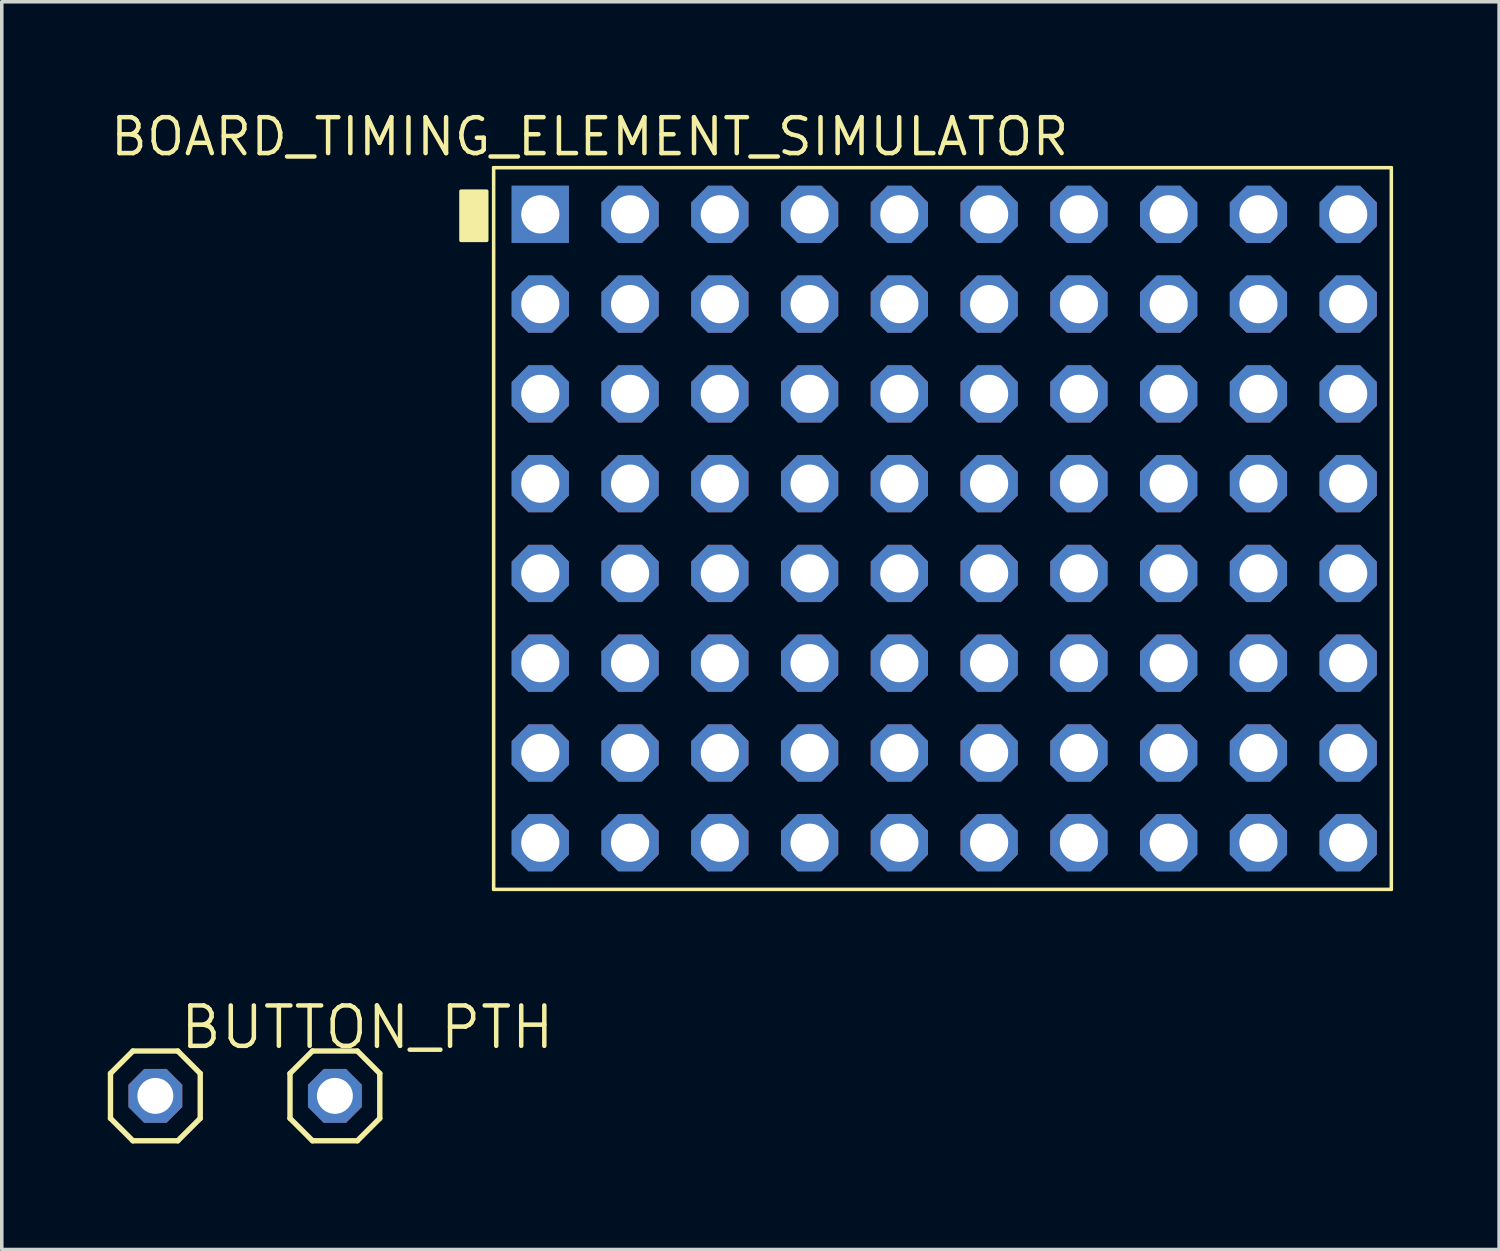
<source format=kicad_pcb>
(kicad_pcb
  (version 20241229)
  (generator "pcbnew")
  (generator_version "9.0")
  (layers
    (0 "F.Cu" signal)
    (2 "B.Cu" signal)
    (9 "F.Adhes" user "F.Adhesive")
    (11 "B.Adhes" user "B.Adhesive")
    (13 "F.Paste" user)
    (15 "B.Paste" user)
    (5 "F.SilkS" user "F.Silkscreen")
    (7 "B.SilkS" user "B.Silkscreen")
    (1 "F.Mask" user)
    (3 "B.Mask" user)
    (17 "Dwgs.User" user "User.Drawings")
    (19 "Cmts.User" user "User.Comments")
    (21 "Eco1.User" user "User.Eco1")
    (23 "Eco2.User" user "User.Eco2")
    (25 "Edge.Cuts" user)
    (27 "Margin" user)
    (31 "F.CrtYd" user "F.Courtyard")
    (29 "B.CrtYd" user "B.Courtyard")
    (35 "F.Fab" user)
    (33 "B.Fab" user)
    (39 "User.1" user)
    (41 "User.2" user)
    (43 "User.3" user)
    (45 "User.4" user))
  (footprint "BOARD_TIMING_ELEMENT_SIMULATOR"
    (layer "F.Cu")
    (at 12.238 3.015)
    (property "Reference" "BOARD_TIMING_ELEMENT_SIMULATOR" (at 1.398 -2.197 0) (layer "F.SilkS") (effects (font (size 1.016 1.016) (thickness 0.127))))
    (attr through_hole)
    (fp_line (start -1.32 -1.32) (end -1.32 19.1) (stroke (width 0.1) (type default)) (layer "F.SilkS"))
    (fp_line (start -1.32 -1.32) (end 24.08 -1.32) (stroke (width 0.1) (type default)) (layer "F.SilkS"))
    (fp_line (start -1.32 19.1) (end 24.08 19.1) (stroke (width 0.1) (type default)) (layer "F.SilkS"))
    (fp_line (start 24.08 -1.32) (end 24.08 19.1) (stroke (width 0.1) (type default)) (layer "F.SilkS"))
    (fp_rect (start -2.244 -0.655) (end -1.516 0.736) (stroke (width 0.1) (type solid)) (fill yes) (layer "F.SilkS"))
    (pad "1" thru_hole rect (at 0 0) (size 1.62 1.62) (drill 1.08) (layers "*.Cu" "*.Mask"))
    (pad "2" thru_hole roundrect (at 2.54 0) (size 1.62 1.62) (drill 1.08) (layers "*.Cu" "*.Mask") (roundrect_rratio 0.25) (chamfer_ratio 0.293) (chamfer top_left top_right bottom_left bottom_right))
    (pad "3" thru_hole roundrect (at 5.08 0) (size 1.62 1.62) (drill 1.08) (layers "*.Cu" "*.Mask") (roundrect_rratio 0.25) (chamfer_ratio 0.293) (chamfer top_left top_right bottom_left bottom_right))
    (pad "4" thru_hole roundrect (at 7.62 0) (size 1.62 1.62) (drill 1.08) (layers "*.Cu" "*.Mask") (roundrect_rratio 0.25) (chamfer_ratio 0.293) (chamfer top_left top_right bottom_left bottom_right))
    (pad "5" thru_hole roundrect (at 10.16 0) (size 1.62 1.62) (drill 1.08) (layers "*.Cu" "*.Mask") (roundrect_rratio 0.25) (chamfer_ratio 0.293) (chamfer top_left top_right bottom_left bottom_right))
    (pad "6" thru_hole roundrect (at 12.7 0) (size 1.62 1.62) (drill 1.08) (layers "*.Cu" "*.Mask") (roundrect_rratio 0.25) (chamfer_ratio 0.293) (chamfer top_left top_right bottom_left bottom_right))
    (pad "7" thru_hole roundrect (at 15.24 0) (size 1.62 1.62) (drill 1.08) (layers "*.Cu" "*.Mask") (roundrect_rratio 0.25) (chamfer_ratio 0.293) (chamfer top_left top_right bottom_left bottom_right))
    (pad "8" thru_hole roundrect (at 17.78 0) (size 1.62 1.62) (drill 1.08) (layers "*.Cu" "*.Mask") (roundrect_rratio 0.25) (chamfer_ratio 0.293) (chamfer top_left top_right bottom_left bottom_right))
    (pad "9" thru_hole roundrect (at 20.32 0) (size 1.62 1.62) (drill 1.08) (layers "*.Cu" "*.Mask") (roundrect_rratio 0.25) (chamfer_ratio 0.293) (chamfer top_left top_right bottom_left bottom_right))
    (pad "10" thru_hole roundrect (at 22.86 0) (size 1.62 1.62) (drill 1.08) (layers "*.Cu" "*.Mask") (roundrect_rratio 0.25) (chamfer_ratio 0.293) (chamfer top_left top_right bottom_left bottom_right))
    (pad "11" thru_hole roundrect (at 0 2.54) (size 1.62 1.62) (drill 1.08) (layers "*.Cu" "*.Mask") (roundrect_rratio 0.25) (chamfer_ratio 0.293) (chamfer top_left top_right bottom_left bottom_right))
    (pad "12" thru_hole roundrect (at 2.54 2.54) (size 1.62 1.62) (drill 1.08) (layers "*.Cu" "*.Mask") (roundrect_rratio 0.25) (chamfer_ratio 0.293) (chamfer top_left top_right bottom_left bottom_right))
    (pad "13" thru_hole roundrect (at 5.08 2.54) (size 1.62 1.62) (drill 1.08) (layers "*.Cu" "*.Mask") (roundrect_rratio 0.25) (chamfer_ratio 0.293) (chamfer top_left top_right bottom_left bottom_right))
    (pad "14" thru_hole roundrect (at 7.62 2.54) (size 1.62 1.62) (drill 1.08) (layers "*.Cu" "*.Mask") (roundrect_rratio 0.25) (chamfer_ratio 0.293) (chamfer top_left top_right bottom_left bottom_right))
    (pad "15" thru_hole roundrect (at 10.16 2.54) (size 1.62 1.62) (drill 1.08) (layers "*.Cu" "*.Mask") (roundrect_rratio 0.25) (chamfer_ratio 0.293) (chamfer top_left top_right bottom_left bottom_right))
    (pad "16" thru_hole roundrect (at 12.7 2.54) (size 1.62 1.62) (drill 1.08) (layers "*.Cu" "*.Mask") (roundrect_rratio 0.25) (chamfer_ratio 0.293) (chamfer top_left top_right bottom_left bottom_right))
    (pad "17" thru_hole roundrect (at 15.24 2.54) (size 1.62 1.62) (drill 1.08) (layers "*.Cu" "*.Mask") (roundrect_rratio 0.25) (chamfer_ratio 0.293) (chamfer top_left top_right bottom_left bottom_right))
    (pad "18" thru_hole roundrect (at 17.78 2.54) (size 1.62 1.62) (drill 1.08) (layers "*.Cu" "*.Mask") (roundrect_rratio 0.25) (chamfer_ratio 0.293) (chamfer top_left top_right bottom_left bottom_right))
    (pad "19" thru_hole roundrect (at 20.32 2.54) (size 1.62 1.62) (drill 1.08) (layers "*.Cu" "*.Mask") (roundrect_rratio 0.25) (chamfer_ratio 0.293) (chamfer top_left top_right bottom_left bottom_right))
    (pad "20" thru_hole roundrect (at 22.86 2.54) (size 1.62 1.62) (drill 1.08) (layers "*.Cu" "*.Mask") (roundrect_rratio 0.25) (chamfer_ratio 0.293) (chamfer top_left top_right bottom_left bottom_right))
    (pad "21" thru_hole roundrect (at 0 5.08) (size 1.62 1.62) (drill 1.08) (layers "*.Cu" "*.Mask") (roundrect_rratio 0.25) (chamfer_ratio 0.293) (chamfer top_left top_right bottom_left bottom_right))
    (pad "22" thru_hole roundrect (at 2.54 5.08) (size 1.62 1.62) (drill 1.08) (layers "*.Cu" "*.Mask") (roundrect_rratio 0.25) (chamfer_ratio 0.293) (chamfer top_left top_right bottom_left bottom_right))
    (pad "23" thru_hole roundrect (at 5.08 5.08) (size 1.62 1.62) (drill 1.08) (layers "*.Cu" "*.Mask") (roundrect_rratio 0.25) (chamfer_ratio 0.293) (chamfer top_left top_right bottom_left bottom_right))
    (pad "24" thru_hole roundrect (at 7.62 5.08) (size 1.62 1.62) (drill 1.08) (layers "*.Cu" "*.Mask") (roundrect_rratio 0.25) (chamfer_ratio 0.293) (chamfer top_left top_right bottom_left bottom_right))
    (pad "25" thru_hole roundrect (at 10.16 5.08) (size 1.62 1.62) (drill 1.08) (layers "*.Cu" "*.Mask") (roundrect_rratio 0.25) (chamfer_ratio 0.293) (chamfer top_left top_right bottom_left bottom_right))
    (pad "26" thru_hole roundrect (at 12.7 5.08) (size 1.62 1.62) (drill 1.08) (layers "*.Cu" "*.Mask") (roundrect_rratio 0.25) (chamfer_ratio 0.293) (chamfer top_left top_right bottom_left bottom_right))
    (pad "27" thru_hole roundrect (at 15.24 5.08) (size 1.62 1.62) (drill 1.08) (layers "*.Cu" "*.Mask") (roundrect_rratio 0.25) (chamfer_ratio 0.293) (chamfer top_left top_right bottom_left bottom_right))
    (pad "28" thru_hole roundrect (at 17.78 5.08) (size 1.62 1.62) (drill 1.08) (layers "*.Cu" "*.Mask") (roundrect_rratio 0.25) (chamfer_ratio 0.293) (chamfer top_left top_right bottom_left bottom_right))
    (pad "29" thru_hole roundrect (at 20.32 5.08) (size 1.62 1.62) (drill 1.08) (layers "*.Cu" "*.Mask") (roundrect_rratio 0.25) (chamfer_ratio 0.293) (chamfer top_left top_right bottom_left bottom_right))
    (pad "30" thru_hole roundrect (at 22.86 5.08) (size 1.62 1.62) (drill 1.08) (layers "*.Cu" "*.Mask") (roundrect_rratio 0.25) (chamfer_ratio 0.293) (chamfer top_left top_right bottom_left bottom_right))
    (pad "31" thru_hole roundrect (at 0 7.62) (size 1.62 1.62) (drill 1.08) (layers "*.Cu" "*.Mask") (roundrect_rratio 0.25) (chamfer_ratio 0.293) (chamfer top_left top_right bottom_left bottom_right))
    (pad "32" thru_hole roundrect (at 2.54 7.62) (size 1.62 1.62) (drill 1.08) (layers "*.Cu" "*.Mask") (roundrect_rratio 0.25) (chamfer_ratio 0.293) (chamfer top_left top_right bottom_left bottom_right))
    (pad "33" thru_hole roundrect (at 5.08 7.62) (size 1.62 1.62) (drill 1.08) (layers "*.Cu" "*.Mask") (roundrect_rratio 0.25) (chamfer_ratio 0.293) (chamfer top_left top_right bottom_left bottom_right))
    (pad "34" thru_hole roundrect (at 7.62 7.62) (size 1.62 1.62) (drill 1.08) (layers "*.Cu" "*.Mask") (roundrect_rratio 0.25) (chamfer_ratio 0.293) (chamfer top_left top_right bottom_left bottom_right))
    (pad "35" thru_hole roundrect (at 10.16 7.62) (size 1.62 1.62) (drill 1.08) (layers "*.Cu" "*.Mask") (roundrect_rratio 0.25) (chamfer_ratio 0.293) (chamfer top_left top_right bottom_left bottom_right))
    (pad "36" thru_hole roundrect (at 12.7 7.62) (size 1.62 1.62) (drill 1.08) (layers "*.Cu" "*.Mask") (roundrect_rratio 0.25) (chamfer_ratio 0.293) (chamfer top_left top_right bottom_left bottom_right))
    (pad "37" thru_hole roundrect (at 15.24 7.62) (size 1.62 1.62) (drill 1.08) (layers "*.Cu" "*.Mask") (roundrect_rratio 0.25) (chamfer_ratio 0.293) (chamfer top_left top_right bottom_left bottom_right))
    (pad "38" thru_hole roundrect (at 17.78 7.62) (size 1.62 1.62) (drill 1.08) (layers "*.Cu" "*.Mask") (roundrect_rratio 0.25) (chamfer_ratio 0.293) (chamfer top_left top_right bottom_left bottom_right))
    (pad "39" thru_hole roundrect (at 20.32 7.62) (size 1.62 1.62) (drill 1.08) (layers "*.Cu" "*.Mask") (roundrect_rratio 0.25) (chamfer_ratio 0.293) (chamfer top_left top_right bottom_left bottom_right))
    (pad "40" thru_hole roundrect (at 22.86 7.62) (size 1.62 1.62) (drill 1.08) (layers "*.Cu" "*.Mask") (roundrect_rratio 0.25) (chamfer_ratio 0.293) (chamfer top_left top_right bottom_left bottom_right))
    (pad "41" thru_hole roundrect (at 0 10.16) (size 1.62 1.62) (drill 1.08) (layers "*.Cu" "*.Mask") (roundrect_rratio 0.25) (chamfer_ratio 0.293) (chamfer top_left top_right bottom_left bottom_right))
    (pad "42" thru_hole roundrect (at 2.54 10.16) (size 1.62 1.62) (drill 1.08) (layers "*.Cu" "*.Mask") (roundrect_rratio 0.25) (chamfer_ratio 0.293) (chamfer top_left top_right bottom_left bottom_right))
    (pad "43" thru_hole roundrect (at 5.08 10.16) (size 1.62 1.62) (drill 1.08) (layers "*.Cu" "*.Mask") (roundrect_rratio 0.25) (chamfer_ratio 0.293) (chamfer top_left top_right bottom_left bottom_right))
    (pad "44" thru_hole roundrect (at 7.62 10.16) (size 1.62 1.62) (drill 1.08) (layers "*.Cu" "*.Mask") (roundrect_rratio 0.25) (chamfer_ratio 0.293) (chamfer top_left top_right bottom_left bottom_right))
    (pad "45" thru_hole roundrect (at 10.16 10.16) (size 1.62 1.62) (drill 1.08) (layers "*.Cu" "*.Mask") (roundrect_rratio 0.25) (chamfer_ratio 0.293) (chamfer top_left top_right bottom_left bottom_right))
    (pad "46" thru_hole roundrect (at 12.7 10.16) (size 1.62 1.62) (drill 1.08) (layers "*.Cu" "*.Mask") (roundrect_rratio 0.25) (chamfer_ratio 0.293) (chamfer top_left top_right bottom_left bottom_right))
    (pad "47" thru_hole roundrect (at 15.24 10.16) (size 1.62 1.62) (drill 1.08) (layers "*.Cu" "*.Mask") (roundrect_rratio 0.25) (chamfer_ratio 0.293) (chamfer top_left top_right bottom_left bottom_right))
    (pad "48" thru_hole roundrect (at 17.78 10.16) (size 1.62 1.62) (drill 1.08) (layers "*.Cu" "*.Mask") (roundrect_rratio 0.25) (chamfer_ratio 0.293) (chamfer top_left top_right bottom_left bottom_right))
    (pad "49" thru_hole roundrect (at 20.32 10.16) (size 1.62 1.62) (drill 1.08) (layers "*.Cu" "*.Mask") (roundrect_rratio 0.25) (chamfer_ratio 0.293) (chamfer top_left top_right bottom_left bottom_right))
    (pad "50" thru_hole roundrect (at 22.86 10.16) (size 1.62 1.62) (drill 1.08) (layers "*.Cu" "*.Mask") (roundrect_rratio 0.25) (chamfer_ratio 0.293) (chamfer top_left top_right bottom_left bottom_right))
    (pad "51" thru_hole roundrect (at 0 12.7) (size 1.62 1.62) (drill 1.08) (layers "*.Cu" "*.Mask") (roundrect_rratio 0.25) (chamfer_ratio 0.293) (chamfer top_left top_right bottom_left bottom_right))
    (pad "52" thru_hole roundrect (at 2.54 12.7) (size 1.62 1.62) (drill 1.08) (layers "*.Cu" "*.Mask") (roundrect_rratio 0.25) (chamfer_ratio 0.293) (chamfer top_left top_right bottom_left bottom_right))
    (pad "53" thru_hole roundrect (at 5.08 12.7) (size 1.62 1.62) (drill 1.08) (layers "*.Cu" "*.Mask") (roundrect_rratio 0.25) (chamfer_ratio 0.293) (chamfer top_left top_right bottom_left bottom_right))
    (pad "54" thru_hole roundrect (at 7.62 12.7) (size 1.62 1.62) (drill 1.08) (layers "*.Cu" "*.Mask") (roundrect_rratio 0.25) (chamfer_ratio 0.293) (chamfer top_left top_right bottom_left bottom_right))
    (pad "55" thru_hole roundrect (at 10.16 12.7) (size 1.62 1.62) (drill 1.08) (layers "*.Cu" "*.Mask") (roundrect_rratio 0.25) (chamfer_ratio 0.293) (chamfer top_left top_right bottom_left bottom_right))
    (pad "56" thru_hole roundrect (at 12.7 12.7) (size 1.62 1.62) (drill 1.08) (layers "*.Cu" "*.Mask") (roundrect_rratio 0.25) (chamfer_ratio 0.293) (chamfer top_left top_right bottom_left bottom_right))
    (pad "57" thru_hole roundrect (at 15.24 12.7) (size 1.62 1.62) (drill 1.08) (layers "*.Cu" "*.Mask") (roundrect_rratio 0.25) (chamfer_ratio 0.293) (chamfer top_left top_right bottom_left bottom_right))
    (pad "58" thru_hole roundrect (at 17.78 12.7) (size 1.62 1.62) (drill 1.08) (layers "*.Cu" "*.Mask") (roundrect_rratio 0.25) (chamfer_ratio 0.293) (chamfer top_left top_right bottom_left bottom_right))
    (pad "59" thru_hole roundrect (at 20.32 12.7) (size 1.62 1.62) (drill 1.08) (layers "*.Cu" "*.Mask") (roundrect_rratio 0.25) (chamfer_ratio 0.293) (chamfer top_left top_right bottom_left bottom_right))
    (pad "60" thru_hole roundrect (at 22.86 12.7) (size 1.62 1.62) (drill 1.08) (layers "*.Cu" "*.Mask") (roundrect_rratio 0.25) (chamfer_ratio 0.293) (chamfer top_left top_right bottom_left bottom_right))
    (pad "61" thru_hole roundrect (at 0 15.24) (size 1.62 1.62) (drill 1.08) (layers "*.Cu" "*.Mask") (roundrect_rratio 0.25) (chamfer_ratio 0.293) (chamfer top_left top_right bottom_left bottom_right))
    (pad "62" thru_hole roundrect (at 2.54 15.24) (size 1.62 1.62) (drill 1.08) (layers "*.Cu" "*.Mask") (roundrect_rratio 0.25) (chamfer_ratio 0.293) (chamfer top_left top_right bottom_left bottom_right))
    (pad "63" thru_hole roundrect (at 5.08 15.24) (size 1.62 1.62) (drill 1.08) (layers "*.Cu" "*.Mask") (roundrect_rratio 0.25) (chamfer_ratio 0.293) (chamfer top_left top_right bottom_left bottom_right))
    (pad "64" thru_hole roundrect (at 7.62 15.24) (size 1.62 1.62) (drill 1.08) (layers "*.Cu" "*.Mask") (roundrect_rratio 0.25) (chamfer_ratio 0.293) (chamfer top_left top_right bottom_left bottom_right))
    (pad "65" thru_hole roundrect (at 10.16 15.24) (size 1.62 1.62) (drill 1.08) (layers "*.Cu" "*.Mask") (roundrect_rratio 0.25) (chamfer_ratio 0.293) (chamfer top_left top_right bottom_left bottom_right))
    (pad "66" thru_hole roundrect (at 12.7 15.24) (size 1.62 1.62) (drill 1.08) (layers "*.Cu" "*.Mask") (roundrect_rratio 0.25) (chamfer_ratio 0.293) (chamfer top_left top_right bottom_left bottom_right))
    (pad "67" thru_hole roundrect (at 15.24 15.24) (size 1.62 1.62) (drill 1.08) (layers "*.Cu" "*.Mask") (roundrect_rratio 0.25) (chamfer_ratio 0.293) (chamfer top_left top_right bottom_left bottom_right))
    (pad "68" thru_hole roundrect (at 17.78 15.24) (size 1.62 1.62) (drill 1.08) (layers "*.Cu" "*.Mask") (roundrect_rratio 0.25) (chamfer_ratio 0.293) (chamfer top_left top_right bottom_left bottom_right))
    (pad "69" thru_hole roundrect (at 20.32 15.24) (size 1.62 1.62) (drill 1.08) (layers "*.Cu" "*.Mask") (roundrect_rratio 0.25) (chamfer_ratio 0.293) (chamfer top_left top_right bottom_left bottom_right))
    (pad "70" thru_hole roundrect (at 22.86 15.24) (size 1.62 1.62) (drill 1.08) (layers "*.Cu" "*.Mask") (roundrect_rratio 0.25) (chamfer_ratio 0.293) (chamfer top_left top_right bottom_left bottom_right))
    (pad "71" thru_hole roundrect (at 0 17.78) (size 1.62 1.62) (drill 1.08) (layers "*.Cu" "*.Mask") (roundrect_rratio 0.25) (chamfer_ratio 0.293) (chamfer top_left top_right bottom_left bottom_right))
    (pad "72" thru_hole roundrect (at 2.54 17.78) (size 1.62 1.62) (drill 1.08) (layers "*.Cu" "*.Mask") (roundrect_rratio 0.25) (chamfer_ratio 0.293) (chamfer top_left top_right bottom_left bottom_right))
    (pad "73" thru_hole roundrect (at 5.08 17.78) (size 1.62 1.62) (drill 1.08) (layers "*.Cu" "*.Mask") (roundrect_rratio 0.25) (chamfer_ratio 0.293) (chamfer top_left top_right bottom_left bottom_right))
    (pad "74" thru_hole roundrect (at 7.62 17.78) (size 1.62 1.62) (drill 1.08) (layers "*.Cu" "*.Mask") (roundrect_rratio 0.25) (chamfer_ratio 0.293) (chamfer top_left top_right bottom_left bottom_right))
    (pad "75" thru_hole roundrect (at 10.16 17.78) (size 1.62 1.62) (drill 1.08) (layers "*.Cu" "*.Mask") (roundrect_rratio 0.25) (chamfer_ratio 0.293) (chamfer top_left top_right bottom_left bottom_right))
    (pad "76" thru_hole roundrect (at 12.7 17.78) (size 1.62 1.62) (drill 1.08) (layers "*.Cu" "*.Mask") (roundrect_rratio 0.25) (chamfer_ratio 0.293) (chamfer top_left top_right bottom_left bottom_right))
    (pad "77" thru_hole roundrect (at 15.24 17.78) (size 1.62 1.62) (drill 1.08) (layers "*.Cu" "*.Mask") (roundrect_rratio 0.25) (chamfer_ratio 0.293) (chamfer top_left top_right bottom_left bottom_right))
    (pad "78" thru_hole roundrect (at 17.78 17.78) (size 1.62 1.62) (drill 1.08) (layers "*.Cu" "*.Mask") (roundrect_rratio 0.25) (chamfer_ratio 0.293) (chamfer top_left top_right bottom_left bottom_right))
    (pad "79" thru_hole roundrect (at 20.32 17.78) (size 1.62 1.62) (drill 1.08) (layers "*.Cu" "*.Mask") (roundrect_rratio 0.25) (chamfer_ratio 0.293) (chamfer top_left top_right bottom_left bottom_right))
    (pad "80" thru_hole roundrect (at 22.86 17.78) (size 1.62 1.62) (drill 1.08) (layers "*.Cu" "*.Mask") (roundrect_rratio 0.25) (chamfer_ratio 0.293) (chamfer top_left top_right bottom_left bottom_right)))
  (footprint "BUTTON_PTH"
    (layer "F.Cu")
    (at 3.886 27.959)
    (property "Reference" "BUTTON_PTH" (at -1.905 -1.27 0) (layer "F.SilkS") (effects (font (size 1.143 1.143) (thickness 0.127)) (justify left bottom)))
    (attr through_hole)
    (fp_line (start -3.81 -0.635) (end -3.81 0.635) (stroke (width 0.152) (type solid)) (layer "F.SilkS"))
    (fp_line (start -3.81 0.635) (end -3.175 1.27) (stroke (width 0.152) (type solid)) (layer "F.SilkS"))
    (fp_line (start -3.175 -1.27) (end -3.81 -0.635) (stroke (width 0.152) (type solid)) (layer "F.SilkS"))
    (fp_line (start -3.175 -1.27) (end -1.905 -1.27) (stroke (width 0.152) (type solid)) (layer "F.SilkS"))
    (fp_line (start -1.905 -1.27) (end -1.27 -0.635) (stroke (width 0.152) (type solid)) (layer "F.SilkS"))
    (fp_line (start -1.905 1.27) (end -3.175 1.27) (stroke (width 0.152) (type solid)) (layer "F.SilkS"))
    (fp_line (start -1.27 -0.635) (end -1.27 0.635) (stroke (width 0.152) (type solid)) (layer "F.SilkS"))
    (fp_line (start -1.27 0.635) (end -1.905 1.27) (stroke (width 0.152) (type solid)) (layer "F.SilkS"))
    (fp_line (start 1.27 -0.635) (end 1.27 0.635) (stroke (width 0.152) (type solid)) (layer "F.SilkS"))
    (fp_line (start 1.27 -0.635) (end 1.905 -1.27) (stroke (width 0.152) (type solid)) (layer "F.SilkS"))
    (fp_line (start 1.905 -1.27) (end 3.175 -1.27) (stroke (width 0.152) (type solid)) (layer "F.SilkS"))
    (fp_line (start 1.905 1.27) (end 1.27 0.635) (stroke (width 0.152) (type solid)) (layer "F.SilkS"))
    (fp_line (start 3.175 -1.27) (end 3.81 -0.635) (stroke (width 0.152) (type solid)) (layer "F.SilkS"))
    (fp_line (start 3.175 1.27) (end 1.905 1.27) (stroke (width 0.152) (type solid)) (layer "F.SilkS"))
    (fp_line (start 3.81 -0.635) (end 3.81 0.635) (stroke (width 0.152) (type solid)) (layer "F.SilkS"))
    (fp_line (start 3.81 0.635) (end 3.175 1.27) (stroke (width 0.152) (type solid)) (layer "F.SilkS"))
    (fp_poly (pts (xy -2.794 0.254) (xy -2.286 0.254) (xy -2.286 -0.254) (xy -2.794 -0.254)) (stroke (width 0.1) (type default)) (fill no) (layer "F.Fab"))
    (fp_poly (pts (xy 2.286 0.254) (xy 2.794 0.254) (xy 2.794 -0.254) (xy 2.286 -0.254)) (stroke (width 0.1) (type default)) (fill no) (layer "F.Fab"))
    (pad "1" thru_hole roundrect (at -2.54 0 90) (size 1.524 1.524) (drill 1.016) (layers "*.Cu" "*.Mask") (roundrect_rratio 0.25) (chamfer_ratio 0.293) (chamfer top_left top_right bottom_left bottom_right))
    (pad "2" thru_hole roundrect (at 2.54 0 90) (size 1.524 1.524) (drill 1.016) (layers "*.Cu" "*.Mask") (roundrect_rratio 0.25) (chamfer_ratio 0.293) (chamfer top_left top_right bottom_left bottom_right)))
  (gr_rect
    (start -3 -3)
    (end 39.368 32.305)
    (stroke (width 0.1) (type default))
    (fill no)
    (layer "Edge.Cuts")))
</source>
